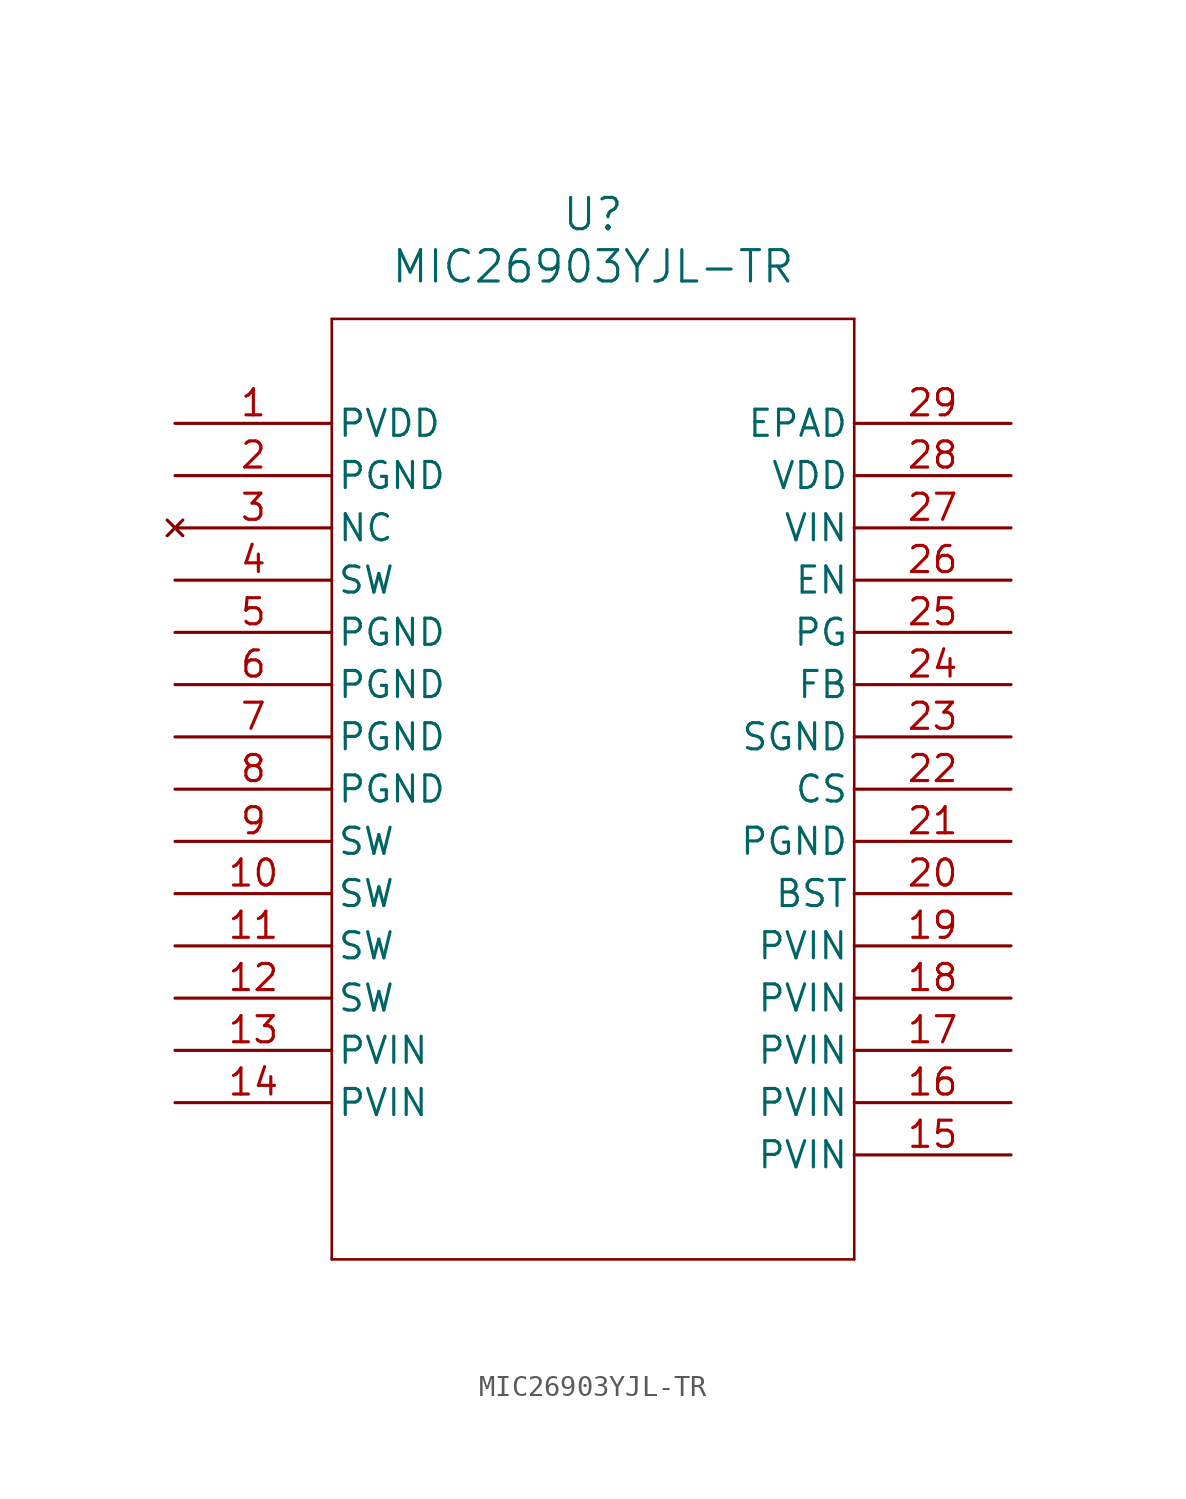
<source format=kicad_sym>
(kicad_symbol_lib
  (version 20241209)
  (generator "kicad_symbol_editor")
  (generator_version "9.0")
  (symbol "MIC26903YJL-TR"
    (pin_names
      (offset 0.254))
    (property "Reference" "U"
      (at 20.32 10.16 0)
      (effects (font (size 1.524 1.524))))
    (property "Value" "MIC26903YJL-TR"
      (at 20.32 7.62 0)
      (effects (font (size 1.524 1.524))))
    (property "ki_locked" ""
      (at 0 0 0)
      (effects (font (size 1.27 1.27))))
    (symbol "MIC26903YJL-TR_0_1"
      (polyline (pts (xy 7.62 5.08) (xy 7.62 -40.64)) (stroke (width 0.127) (type default)) (fill (type none)))
      (polyline (pts (xy 7.62 -40.64) (xy 33.02 -40.64)) (stroke (width 0.127) (type default)) (fill (type none)))
      (polyline (pts (xy 33.02 5.08) (xy 7.62 5.08)) (stroke (width 0.127) (type default)) (fill (type none)))
      (polyline (pts (xy 33.02 -40.64) (xy 33.02 5.08)) (stroke (width 0.127) (type default)) (fill (type none)))
      (pin power_out line (at 0 0 0) (length 7.62) (name "PVDD" (effects (font (size 1.27 1.27)))) (number "1" (effects (font (size 1.27 1.27)))))
      (pin power_in line (at 0 -2.54 0) (length 7.62) (name "PGND" (effects (font (size 1.27 1.27)))) (number "2" (effects (font (size 1.27 1.27)))))
      (pin no_connect line (at 0 -5.08 0) (length 7.62) (name "NC" (effects (font (size 1.27 1.27)))) (number "3" (effects (font (size 1.27 1.27)))))
      (pin power_out line (at 0 -7.62 0) (length 7.62) (name "SW" (effects (font (size 1.27 1.27)))) (number "4" (effects (font (size 1.27 1.27)))))
      (pin power_in line (at 0 -10.16 0) (length 7.62) (name "PGND" (effects (font (size 1.27 1.27)))) (number "5" (effects (font (size 1.27 1.27)))))
      (pin power_in line (at 0 -12.7 0) (length 7.62) (name "PGND" (effects (font (size 1.27 1.27)))) (number "6" (effects (font (size 1.27 1.27)))))
      (pin power_in line (at 0 -15.24 0) (length 7.62) (name "PGND" (effects (font (size 1.27 1.27)))) (number "7" (effects (font (size 1.27 1.27)))))
      (pin power_in line (at 0 -17.78 0) (length 7.62) (name "PGND" (effects (font (size 1.27 1.27)))) (number "8" (effects (font (size 1.27 1.27)))))
      (pin power_out line (at 0 -20.32 0) (length 7.62) (name "SW" (effects (font (size 1.27 1.27)))) (number "9" (effects (font (size 1.27 1.27)))))
      (pin power_out line (at 0 -22.86 0) (length 7.62) (name "SW" (effects (font (size 1.27 1.27)))) (number "10" (effects (font (size 1.27 1.27)))))
      (pin power_out line (at 0 -25.4 0) (length 7.62) (name "SW" (effects (font (size 1.27 1.27)))) (number "11" (effects (font (size 1.27 1.27)))))
      (pin power_out line (at 0 -27.94 0) (length 7.62) (name "SW" (effects (font (size 1.27 1.27)))) (number "12" (effects (font (size 1.27 1.27)))))
      (pin power_in line (at 0 -30.48 0) (length 7.62) (name "PVIN" (effects (font (size 1.27 1.27)))) (number "13" (effects (font (size 1.27 1.27)))))
      (pin power_in line (at 0 -33.02 0) (length 7.62) (name "PVIN" (effects (font (size 1.27 1.27)))) (number "14" (effects (font (size 1.27 1.27)))))
      (pin passive line (at 40.64 0 180) (length 7.62) (name "EPAD" (effects (font (size 1.27 1.27)))) (number "29" (effects (font (size 1.27 1.27)))))
      (pin power_out line (at 40.64 -2.54 180) (length 7.62) (name "VDD" (effects (font (size 1.27 1.27)))) (number "28" (effects (font (size 1.27 1.27)))))
      (pin power_in line (at 40.64 -5.08 180) (length 7.62) (name "VIN" (effects (font (size 1.27 1.27)))) (number "27" (effects (font (size 1.27 1.27)))))
      (pin input line (at 40.64 -7.62 180) (length 7.62) (name "EN" (effects (font (size 1.27 1.27)))) (number "26" (effects (font (size 1.27 1.27)))))
      (pin output line (at 40.64 -10.16 180) (length 7.62) (name "PG" (effects (font (size 1.27 1.27)))) (number "25" (effects (font (size 1.27 1.27)))))
      (pin input line (at 40.64 -12.7 180) (length 7.62) (name "FB" (effects (font (size 1.27 1.27)))) (number "24" (effects (font (size 1.27 1.27)))))
      (pin power_in line (at 40.64 -15.24 180) (length 7.62) (name "SGND" (effects (font (size 1.27 1.27)))) (number "23" (effects (font (size 1.27 1.27)))))
      (pin input line (at 40.64 -17.78 180) (length 7.62) (name "CS" (effects (font (size 1.27 1.27)))) (number "22" (effects (font (size 1.27 1.27)))))
      (pin power_in line (at 40.64 -20.32 180) (length 7.62) (name "PGND" (effects (font (size 1.27 1.27)))) (number "21" (effects (font (size 1.27 1.27)))))
      (pin output line (at 40.64 -22.86 180) (length 7.62) (name "BST" (effects (font (size 1.27 1.27)))) (number "20" (effects (font (size 1.27 1.27)))))
      (pin power_in line (at 40.64 -25.4 180) (length 7.62) (name "PVIN" (effects (font (size 1.27 1.27)))) (number "19" (effects (font (size 1.27 1.27)))))
      (pin power_in line (at 40.64 -27.94 180) (length 7.62) (name "PVIN" (effects (font (size 1.27 1.27)))) (number "18" (effects (font (size 1.27 1.27)))))
      (pin power_in line (at 40.64 -30.48 180) (length 7.62) (name "PVIN" (effects (font (size 1.27 1.27)))) (number "17" (effects (font (size 1.27 1.27)))))
      (pin power_out line (at 40.64 -33.02 180) (length 7.62) (name "PVIN" (effects (font (size 1.27 1.27)))) (number "16" (effects (font (size 1.27 1.27)))))
      (pin power_in line (at 40.64 -35.56 180) (length 7.62) (name "PVIN" (effects (font (size 1.27 1.27)))) (number "15" (effects (font (size 1.27 1.27))))))))
</source>
